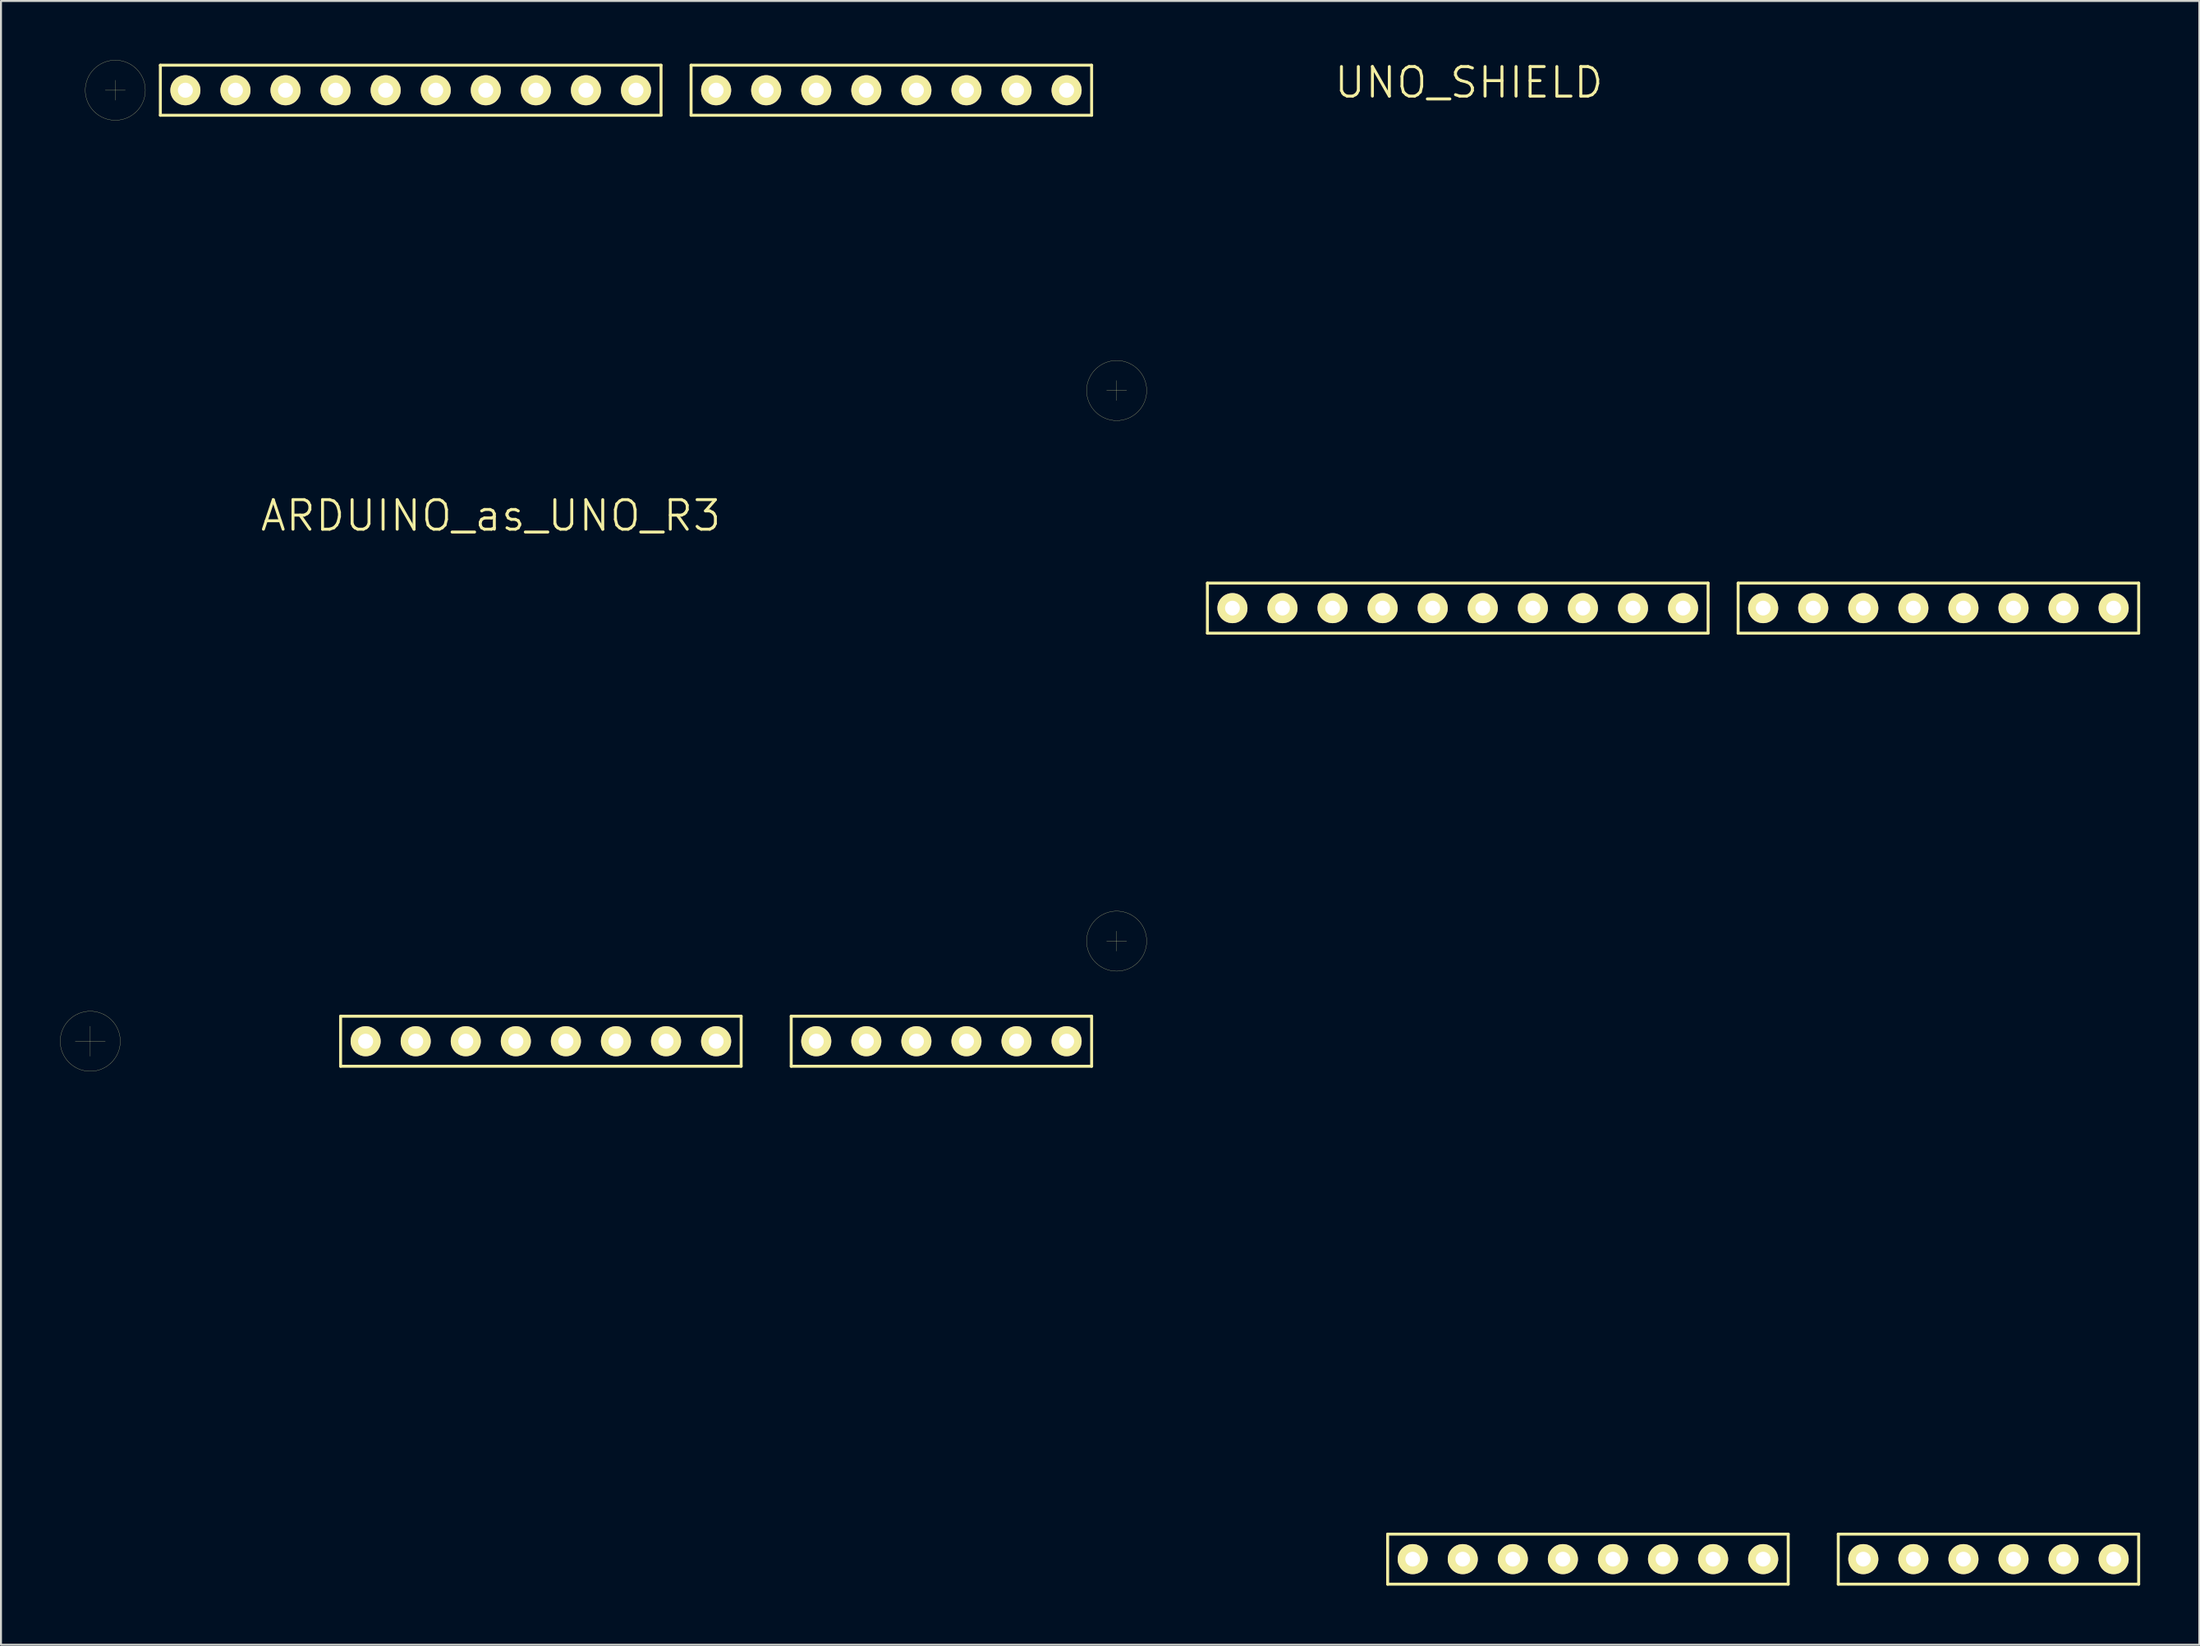
<source format=kicad_pcb>
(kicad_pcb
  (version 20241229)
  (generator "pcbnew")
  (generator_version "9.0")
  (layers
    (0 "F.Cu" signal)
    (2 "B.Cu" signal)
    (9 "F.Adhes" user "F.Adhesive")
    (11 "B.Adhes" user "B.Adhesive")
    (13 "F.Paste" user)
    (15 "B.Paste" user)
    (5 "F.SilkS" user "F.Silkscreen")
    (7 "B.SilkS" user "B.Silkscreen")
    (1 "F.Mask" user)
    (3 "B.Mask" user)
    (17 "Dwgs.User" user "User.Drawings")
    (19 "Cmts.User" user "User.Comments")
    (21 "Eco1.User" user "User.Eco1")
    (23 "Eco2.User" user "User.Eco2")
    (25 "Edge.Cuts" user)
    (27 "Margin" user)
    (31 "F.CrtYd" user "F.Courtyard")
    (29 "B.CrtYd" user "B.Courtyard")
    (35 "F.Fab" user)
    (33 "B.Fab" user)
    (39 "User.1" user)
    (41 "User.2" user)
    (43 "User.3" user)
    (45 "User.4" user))
  (footprint "ARDUINO_as_UNO_R3"
    (layer "F.Cu")
    (at 21.849 25.659)
    (property "Reference" "ARDUINO_as_UNO_R3" (at 0 -2.54 0) (layer "F.SilkS") (effects (font (size 1.5 1.5) (thickness 0.15))))
    (attr through_hole)
    (fp_line (start -21.082 24.13) (end -19.558 24.13) (stroke (width 0.01) (type solid)) (layer "F.SilkS"))
    (fp_line (start -20.32 23.368) (end -20.32 24.892) (stroke (width 0.01) (type solid)) (layer "F.SilkS"))
    (fp_line (start -19.558 -24.13) (end -18.542 -24.13) (stroke (width 0.01) (type solid)) (layer "F.SilkS"))
    (fp_line (start -19.05 -24.638) (end -19.05 -23.622) (stroke (width 0.01) (type solid)) (layer "F.SilkS"))
    (fp_line (start -16.764 -25.4) (end 8.636 -25.4) (stroke (width 0.15) (type solid)) (layer "F.SilkS"))
    (fp_line (start -16.764 -22.86) (end -16.764 -25.4) (stroke (width 0.15) (type solid)) (layer "F.SilkS"))
    (fp_line (start -7.62 22.86) (end 12.7 22.86) (stroke (width 0.15) (type solid)) (layer "F.SilkS"))
    (fp_line (start -7.62 25.4) (end -7.62 22.86) (stroke (width 0.15) (type solid)) (layer "F.SilkS"))
    (fp_line (start 8.636 -25.4) (end 8.636 -22.86) (stroke (width 0.15) (type solid)) (layer "F.SilkS"))
    (fp_line (start 8.636 -22.86) (end -16.764 -22.86) (stroke (width 0.15) (type solid)) (layer "F.SilkS"))
    (fp_line (start 10.16 -25.4) (end 30.48 -25.4) (stroke (width 0.15) (type solid)) (layer "F.SilkS"))
    (fp_line (start 10.16 -22.86) (end 10.16 -25.4) (stroke (width 0.15) (type solid)) (layer "F.SilkS"))
    (fp_line (start 12.7 22.86) (end 12.7 25.4) (stroke (width 0.15) (type solid)) (layer "F.SilkS"))
    (fp_line (start 12.7 25.4) (end -7.62 25.4) (stroke (width 0.15) (type solid)) (layer "F.SilkS"))
    (fp_line (start 15.24 22.86) (end 30.48 22.86) (stroke (width 0.15) (type solid)) (layer "F.SilkS"))
    (fp_line (start 15.24 25.4) (end 15.24 22.86) (stroke (width 0.15) (type solid)) (layer "F.SilkS"))
    (fp_line (start 30.48 -25.4) (end 30.48 -22.86) (stroke (width 0.15) (type solid)) (layer "F.SilkS"))
    (fp_line (start 30.48 -22.86) (end 10.16 -22.86) (stroke (width 0.15) (type solid)) (layer "F.SilkS"))
    (fp_line (start 30.48 22.86) (end 30.48 25.4) (stroke (width 0.15) (type solid)) (layer "F.SilkS"))
    (fp_line (start 30.48 25.4) (end 15.24 25.4) (stroke (width 0.15) (type solid)) (layer "F.SilkS"))
    (fp_line (start 31.242 19.05) (end 32.258 19.05) (stroke (width 0.01) (type solid)) (layer "F.SilkS"))
    (fp_line (start 31.75 -9.398) (end 31.75 -8.382) (stroke (width 0.01) (type solid)) (layer "F.SilkS"))
    (fp_line (start 31.75 18.542) (end 31.75 19.558) (stroke (width 0.01) (type solid)) (layer "F.SilkS"))
    (fp_line (start 32.258 -8.89) (end 31.242 -8.89) (stroke (width 0.01) (type solid)) (layer "F.SilkS"))
    (fp_circle (center -20.32 24.13) (end -18.796 24.13) (stroke (width 0.01) (type solid)) (fill no) (layer "F.SilkS"))
    (fp_circle (center -19.05 -24.13) (end -17.526 -24.13) (stroke (width 0.01) (type solid)) (fill no) (layer "F.SilkS"))
    (fp_circle (center 31.75 -8.89) (end 33.274 -8.89) (stroke (width 0.01) (type solid)) (fill no) (layer "F.SilkS"))
    (fp_circle (center 31.75 19.05) (end 33.274 19.05) (stroke (width 0.01) (type solid)) (fill no) (layer "F.SilkS"))
    (pad "0" thru_hole circle (at 29.21 -24.13) (size 1.524 1.524) (drill 0.762) (layers "*.Cu" "*.Mask" "F.SilkS"))
    (pad "1" thru_hole circle (at 26.67 -24.13) (size 1.524 1.524) (drill 0.762) (layers "*.Cu" "*.Mask" "F.SilkS"))
    (pad "2" thru_hole circle (at 24.13 -24.13) (size 1.524 1.524) (drill 0.762) (layers "*.Cu" "*.Mask" "F.SilkS"))
    (pad "3" thru_hole circle (at 21.59 -24.13) (size 1.524 1.524) (drill 0.762) (layers "*.Cu" "*.Mask" "F.SilkS"))
    (pad "3V3" thru_hole circle (at 1.27 24.13) (size 1.524 1.524) (drill 0.762) (layers "*.Cu" "*.Mask" "F.SilkS"))
    (pad "4" thru_hole circle (at 19.05 -24.13) (size 1.524 1.524) (drill 0.762) (layers "*.Cu" "*.Mask" "F.SilkS"))
    (pad "5" thru_hole circle (at 16.51 -24.13) (size 1.524 1.524) (drill 0.762) (layers "*.Cu" "*.Mask" "F.SilkS"))
    (pad "5V" thru_hole circle (at 3.81 24.13) (size 1.524 1.524) (drill 0.762) (layers "*.Cu" "*.Mask" "F.SilkS"))
    (pad "6" thru_hole circle (at 13.97 -24.13) (size 1.524 1.524) (drill 0.762) (layers "*.Cu" "*.Mask" "F.SilkS"))
    (pad "7" thru_hole circle (at 11.43 -24.13) (size 1.524 1.524) (drill 0.762) (layers "*.Cu" "*.Mask" "F.SilkS"))
    (pad "8" thru_hole circle (at 7.366 -24.13) (size 1.524 1.524) (drill 0.762) (layers "*.Cu" "*.Mask" "F.SilkS"))
    (pad "9" thru_hole circle (at 4.826 -24.13) (size 1.524 1.524) (drill 0.762) (layers "*.Cu" "*.Mask" "F.SilkS"))
    (pad "10" thru_hole circle (at 2.286 -24.13) (size 1.524 1.524) (drill 0.762) (layers "*.Cu" "*.Mask" "F.SilkS"))
    (pad "11" thru_hole circle (at -0.254 -24.13) (size 1.524 1.524) (drill 0.762) (layers "*.Cu" "*.Mask" "F.SilkS"))
    (pad "12" thru_hole circle (at -2.794 -24.13) (size 1.524 1.524) (drill 0.762) (layers "*.Cu" "*.Mask" "F.SilkS"))
    (pad "13" thru_hole circle (at -5.334 -24.13) (size 1.524 1.524) (drill 0.762) (layers "*.Cu" "*.Mask" "F.SilkS"))
    (pad "A0" thru_hole circle (at 16.51 24.13) (size 1.524 1.524) (drill 0.762) (layers "*.Cu" "*.Mask" "F.SilkS"))
    (pad "A1" thru_hole circle (at 19.05 24.13) (size 1.524 1.524) (drill 0.762) (layers "*.Cu" "*.Mask" "F.SilkS"))
    (pad "A2" thru_hole circle (at 21.59 24.13) (size 1.524 1.524) (drill 0.762) (layers "*.Cu" "*.Mask" "F.SilkS"))
    (pad "A3" thru_hole circle (at 24.13 24.13) (size 1.524 1.524) (drill 0.762) (layers "*.Cu" "*.Mask" "F.SilkS"))
    (pad "A4/1" thru_hole circle (at 26.67 24.13) (size 1.524 1.524) (drill 0.762) (layers "*.Cu" "*.Mask" "F.SilkS"))
    (pad "A4/2" thru_hole circle (at -12.954 -24.13) (size 1.524 1.524) (drill 0.762) (layers "*.Cu" "*.Mask" "F.SilkS"))
    (pad "A5/1" thru_hole circle (at 29.21 24.13) (size 1.524 1.524) (drill 0.762) (layers "*.Cu" "*.Mask" "F.SilkS"))
    (pad "A5/2" thru_hole circle (at -15.494 -24.13) (size 1.524 1.524) (drill 0.762) (layers "*.Cu" "*.Mask" "F.SilkS"))
    (pad "AREF" thru_hole circle (at -10.414 -24.13) (size 1.524 1.524) (drill 0.762) (layers "*.Cu" "*.Mask" "F.SilkS"))
    (pad "GND1" thru_hole circle (at 6.35 24.13) (size 1.524 1.524) (drill 0.762) (layers "*.Cu" "*.Mask" "F.SilkS"))
    (pad "GND2" thru_hole circle (at 8.89 24.13) (size 1.524 1.524) (drill 0.762) (layers "*.Cu" "*.Mask" "F.SilkS"))
    (pad "GND3" thru_hole circle (at -7.874 -24.13) (size 1.524 1.524) (drill 0.762) (layers "*.Cu" "*.Mask" "F.SilkS"))
    (pad "IREF" thru_hole circle (at -3.81 24.13) (size 1.524 1.524) (drill 0.762) (layers "*.Cu" "*.Mask" "F.SilkS"))
    (pad "NC" thru_hole circle (at -6.35 24.13) (size 1.524 1.524) (drill 0.762) (layers "*.Cu" "*.Mask" "F.SilkS"))
    (pad "RST" thru_hole circle (at -1.27 24.13) (size 1.524 1.524) (drill 0.762) (layers "*.Cu" "*.Mask" "F.SilkS"))
    (pad "VIN" thru_hole circle (at 11.43 24.13) (size 1.524 1.524) (drill 0.762) (layers "*.Cu" "*.Mask" "F.SilkS")))
  (footprint "UNO_SHIELD"
    (layer "F.Cu")
    (at 74.967 51.941)
    (property "Reference" "UNO_SHIELD" (at -3.5 -50.8 0) (layer "F.SilkS") (effects (font (size 1.5 1.5) (thickness 0.15))))
    (attr through_hole)
    (fp_line (start -16.764 -25.4) (end 8.636 -25.4) (stroke (width 0.15) (type solid)) (layer "F.SilkS"))
    (fp_line (start -16.764 -22.86) (end -16.764 -25.4) (stroke (width 0.15) (type solid)) (layer "F.SilkS"))
    (fp_line (start -7.62 22.86) (end 12.7 22.86) (stroke (width 0.15) (type solid)) (layer "F.SilkS"))
    (fp_line (start -7.62 25.4) (end -7.62 22.86) (stroke (width 0.15) (type solid)) (layer "F.SilkS"))
    (fp_line (start 8.636 -25.4) (end 8.636 -22.86) (stroke (width 0.15) (type solid)) (layer "F.SilkS"))
    (fp_line (start 8.636 -22.86) (end -16.764 -22.86) (stroke (width 0.15) (type solid)) (layer "F.SilkS"))
    (fp_line (start 10.16 -25.4) (end 30.48 -25.4) (stroke (width 0.15) (type solid)) (layer "F.SilkS"))
    (fp_line (start 10.16 -22.86) (end 10.16 -25.4) (stroke (width 0.15) (type solid)) (layer "F.SilkS"))
    (fp_line (start 12.7 22.86) (end 12.7 25.4) (stroke (width 0.15) (type solid)) (layer "F.SilkS"))
    (fp_line (start 12.7 25.4) (end -7.62 25.4) (stroke (width 0.15) (type solid)) (layer "F.SilkS"))
    (fp_line (start 15.24 22.86) (end 30.48 22.86) (stroke (width 0.15) (type solid)) (layer "F.SilkS"))
    (fp_line (start 15.24 25.4) (end 15.24 22.86) (stroke (width 0.15) (type solid)) (layer "F.SilkS"))
    (fp_line (start 30.48 -25.4) (end 30.48 -22.86) (stroke (width 0.15) (type solid)) (layer "F.SilkS"))
    (fp_line (start 30.48 -22.86) (end 10.16 -22.86) (stroke (width 0.15) (type solid)) (layer "F.SilkS"))
    (fp_line (start 30.48 22.86) (end 30.48 25.4) (stroke (width 0.15) (type solid)) (layer "F.SilkS"))
    (fp_line (start 30.48 25.4) (end 15.24 25.4) (stroke (width 0.15) (type solid)) (layer "F.SilkS"))
    (pad "0" thru_hole circle (at 29.21 -24.13) (size 1.524 1.524) (drill 0.75) (layers "*.Cu" "*.Mask" "F.SilkS"))
    (pad "1" thru_hole circle (at 26.67 -24.13) (size 1.524 1.524) (drill 0.75) (layers "*.Cu" "*.Mask" "F.SilkS"))
    (pad "2" thru_hole circle (at 24.13 -24.13) (size 1.524 1.524) (drill 0.75) (layers "*.Cu" "*.Mask" "F.SilkS"))
    (pad "3" thru_hole circle (at 21.59 -24.13) (size 1.524 1.524) (drill 0.75) (layers "*.Cu" "*.Mask" "F.SilkS"))
    (pad "3V3" thru_hole circle (at 1.27 24.13) (size 1.524 1.524) (drill 0.75) (layers "*.Cu" "*.Mask" "F.SilkS"))
    (pad "4" thru_hole circle (at 19.05 -24.13) (size 1.524 1.524) (drill 0.75) (layers "*.Cu" "*.Mask" "F.SilkS"))
    (pad "5" thru_hole circle (at 16.51 -24.13) (size 1.524 1.524) (drill 0.75) (layers "*.Cu" "*.Mask" "F.SilkS"))
    (pad "5V" thru_hole circle (at 3.81 24.13) (size 1.524 1.524) (drill 0.75) (layers "*.Cu" "*.Mask" "F.SilkS"))
    (pad "6" thru_hole circle (at 13.97 -24.13) (size 1.524 1.524) (drill 0.75) (layers "*.Cu" "*.Mask" "F.SilkS"))
    (pad "7" thru_hole circle (at 11.43 -24.13) (size 1.524 1.524) (drill 0.75) (layers "*.Cu" "*.Mask" "F.SilkS"))
    (pad "8" thru_hole circle (at 7.366 -24.13) (size 1.524 1.524) (drill 0.75) (layers "*.Cu" "*.Mask" "F.SilkS"))
    (pad "9" thru_hole circle (at 4.826 -24.13) (size 1.524 1.524) (drill 0.75) (layers "*.Cu" "*.Mask" "F.SilkS"))
    (pad "10" thru_hole circle (at 2.286 -24.13) (size 1.524 1.524) (drill 0.75) (layers "*.Cu" "*.Mask" "F.SilkS"))
    (pad "11" thru_hole circle (at -0.254 -24.13) (size 1.524 1.524) (drill 0.75) (layers "*.Cu" "*.Mask" "F.SilkS"))
    (pad "12" thru_hole circle (at -2.794 -24.13) (size 1.524 1.524) (drill 0.75) (layers "*.Cu" "*.Mask" "F.SilkS"))
    (pad "13" thru_hole circle (at -5.334 -24.13) (size 1.524 1.524) (drill 0.75) (layers "*.Cu" "*.Mask" "F.SilkS"))
    (pad "A0" thru_hole circle (at 16.51 24.13) (size 1.524 1.524) (drill 0.75) (layers "*.Cu" "*.Mask" "F.SilkS"))
    (pad "A1" thru_hole circle (at 19.05 24.13) (size 1.524 1.524) (drill 0.75) (layers "*.Cu" "*.Mask" "F.SilkS"))
    (pad "A2" thru_hole circle (at 21.59 24.13) (size 1.524 1.524) (drill 0.75) (layers "*.Cu" "*.Mask" "F.SilkS"))
    (pad "A3" thru_hole circle (at 24.13 24.13) (size 1.524 1.524) (drill 0.75) (layers "*.Cu" "*.Mask" "F.SilkS"))
    (pad "A4" thru_hole circle (at 26.67 24.13) (size 1.524 1.524) (drill 0.75) (layers "*.Cu" "*.Mask" "F.SilkS"))
    (pad "A5" thru_hole circle (at 29.21 24.13) (size 1.524 1.524) (drill 0.75) (layers "*.Cu" "*.Mask" "F.SilkS"))
    (pad "AREF" thru_hole circle (at -10.414 -24.13) (size 1.524 1.524) (drill 0.75) (layers "*.Cu" "*.Mask" "F.SilkS"))
    (pad "GND1" thru_hole circle (at 6.35 24.13) (size 1.524 1.524) (drill 0.75) (layers "*.Cu" "*.Mask" "F.SilkS"))
    (pad "GND2" thru_hole circle (at 8.89 24.13) (size 1.524 1.524) (drill 0.75) (layers "*.Cu" "*.Mask" "F.SilkS"))
    (pad "GND3" thru_hole circle (at -7.874 -24.13) (size 1.524 1.524) (drill 0.75) (layers "*.Cu" "*.Mask" "F.SilkS"))
    (pad "IREF" thru_hole circle (at -3.81 24.13) (size 1.524 1.524) (drill 0.75) (layers "*.Cu" "*.Mask" "F.SilkS"))
    (pad "NC" thru_hole circle (at -6.35 24.13) (size 1.524 1.524) (drill 0.75) (layers "*.Cu" "*.Mask" "F.SilkS"))
    (pad "RST" thru_hole circle (at -1.27 24.13) (size 1.524 1.524) (drill 0.75) (layers "*.Cu" "*.Mask" "F.SilkS"))
    (pad "SCL" thru_hole circle (at -15.494 -24.13) (size 1.524 1.524) (drill 0.75) (layers "*.Cu" "*.Mask" "F.SilkS"))
    (pad "SDA" thru_hole circle (at -12.954 -24.13) (size 1.524 1.524) (drill 0.75) (layers "*.Cu" "*.Mask" "F.SilkS"))
    (pad "VIN" thru_hole circle (at 11.43 24.13) (size 1.524 1.524) (drill 0.75) (layers "*.Cu" "*.Mask" "F.SilkS")))
  (gr_rect
    (start -3 -3)
    (end 108.522 80.416)
    (stroke (width 0.1) (type default))
    (fill no)
    (layer "Edge.Cuts")))
</source>
